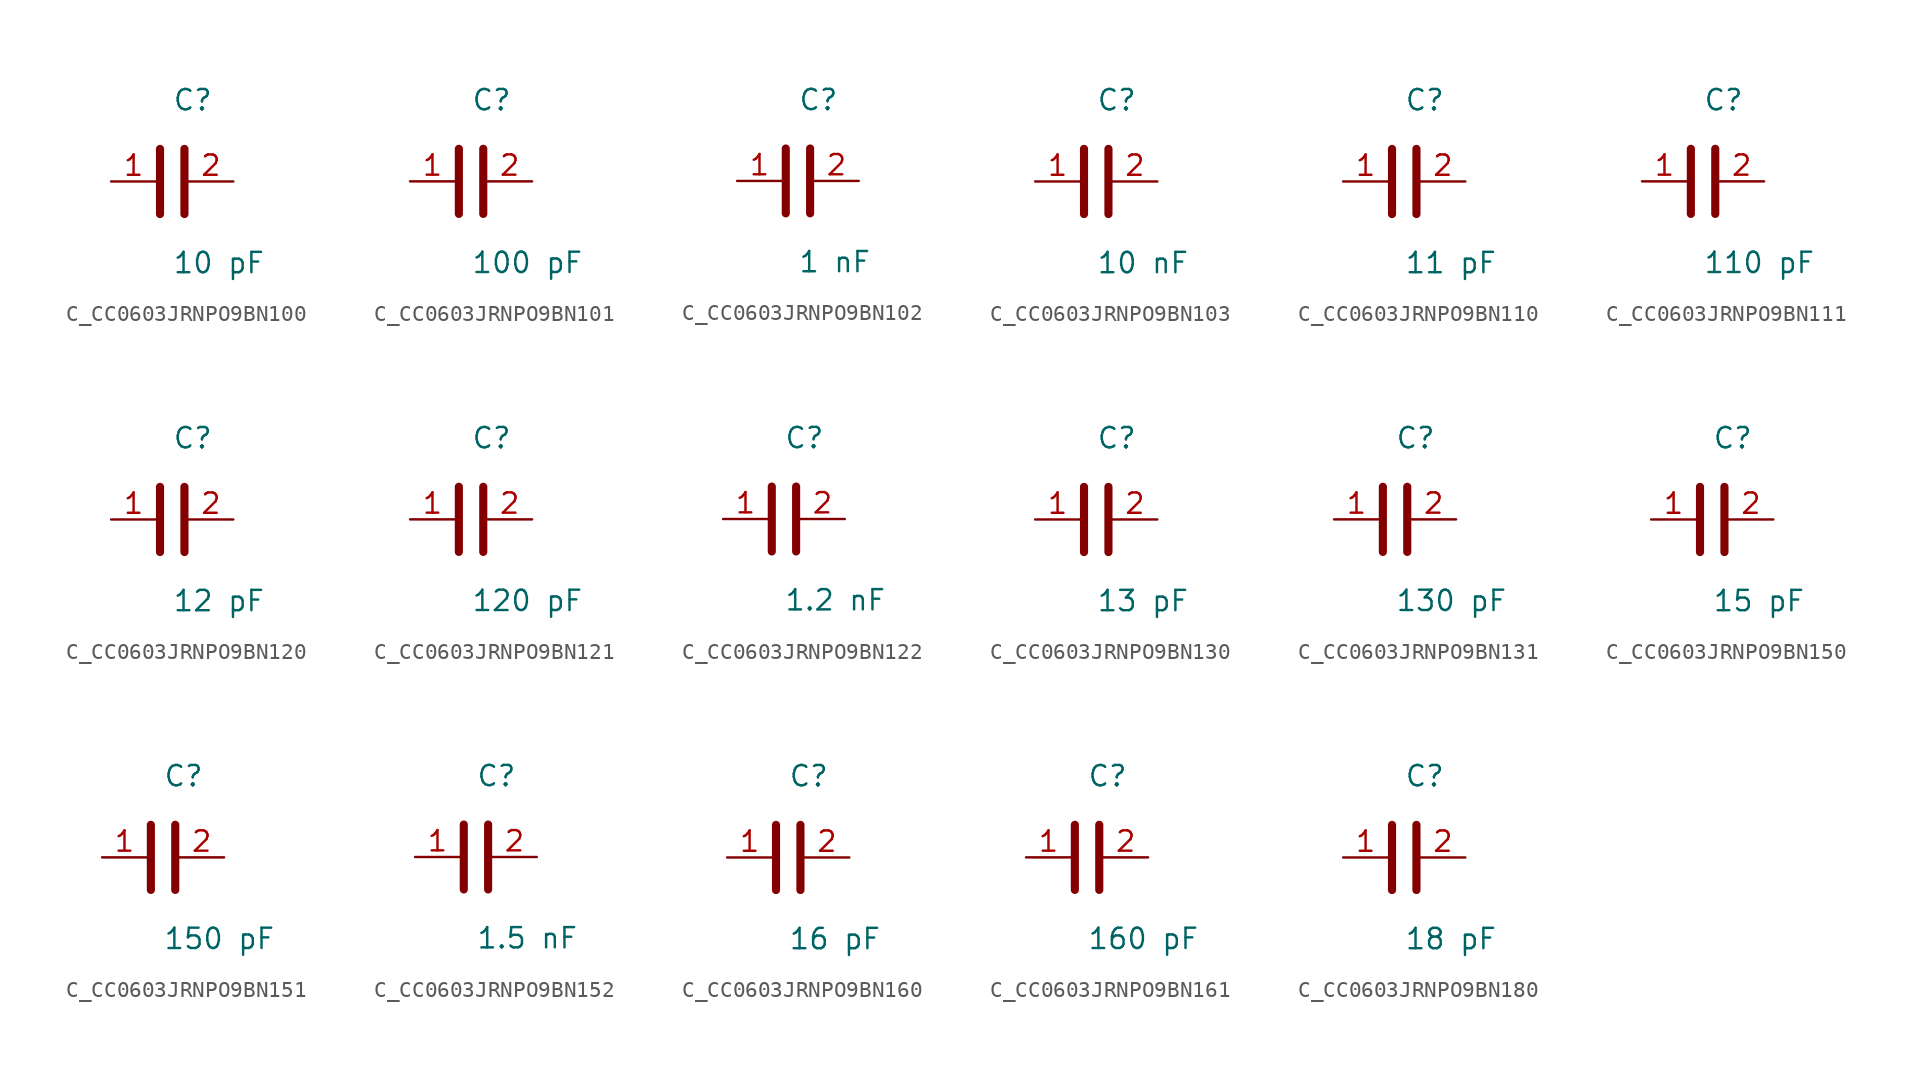
<source format=kicad_sym>
(kicad_symbol_lib
  (version 20231120)
  (generator kicad_symbol_editor)
  (generator_version 8.0)
  (symbol "C_CC0603JRNPO9BN100"
    (pin_names
      (offset 0.254))
    (property "Reference" "C"
      (at 0.0 5.08 0)
      (effects (font (size 1.27 1.27)) (justify left)))
    (property "Value" "10 pF"
      (at 0.0 -5.08 0)
      (effects (font (size 1.27 1.27)) (justify left)))
    (symbol "C_CC0603JRNPO9BN100_0_1"
      (polyline (pts (xy -0.762 -2.032) (xy -0.762 2.032)) (stroke (width 0.508) (type default)) (fill (type none)))
      (polyline (pts (xy 0.762 -2.032) (xy 0.762 2.032)) (stroke (width 0.508) (type default)) (fill (type none))))
    (pin unspecified line
      (at -3.81 0 0)
      (length 2.8)
      (name "" (effects (font (size 1.27 1.27))))
      (number "1" (effects (font (size 1.27 1.27)))))
    (pin unspecified line
      (at 3.81 0 180)
      (length 2.8)
      (name "" (effects (font (size 1.27 1.27))))
      (number "2" (effects (font (size 1.27 1.27))))))
  (symbol "C_CC0603JRNPO9BN101"
    (pin_names
      (offset 0.254))
    (property "Reference" "C"
      (at 0.0 5.08 0)
      (effects (font (size 1.27 1.27)) (justify left)))
    (property "Value" "100 pF"
      (at 0.0 -5.08 0)
      (effects (font (size 1.27 1.27)) (justify left)))
    (symbol "C_CC0603JRNPO9BN101_0_1"
      (polyline (pts (xy -0.762 -2.032) (xy -0.762 2.032)) (stroke (width 0.508) (type default)) (fill (type none)))
      (polyline (pts (xy 0.762 -2.032) (xy 0.762 2.032)) (stroke (width 0.508) (type default)) (fill (type none))))
    (pin unspecified line
      (at -3.81 0 0)
      (length 2.8)
      (name "" (effects (font (size 1.27 1.27))))
      (number "1" (effects (font (size 1.27 1.27)))))
    (pin unspecified line
      (at 3.81 0 180)
      (length 2.8)
      (name "" (effects (font (size 1.27 1.27))))
      (number "2" (effects (font (size 1.27 1.27))))))
  (symbol "C_CC0603JRNPO9BN102"
    (pin_names
      (offset 0.254))
    (property "Reference" "C"
      (at 0.0 5.08 0)
      (effects (font (size 1.27 1.27)) (justify left)))
    (property "Value" "1 nF"
      (at 0.0 -5.08 0)
      (effects (font (size 1.27 1.27)) (justify left)))
    (symbol "C_CC0603JRNPO9BN102_0_1"
      (polyline (pts (xy -0.762 -2.032) (xy -0.762 2.032)) (stroke (width 0.508) (type default)) (fill (type none)))
      (polyline (pts (xy 0.762 -2.032) (xy 0.762 2.032)) (stroke (width 0.508) (type default)) (fill (type none))))
    (pin unspecified line
      (at -3.81 0 0)
      (length 2.8)
      (name "" (effects (font (size 1.27 1.27))))
      (number "1" (effects (font (size 1.27 1.27)))))
    (pin unspecified line
      (at 3.81 0 180)
      (length 2.8)
      (name "" (effects (font (size 1.27 1.27))))
      (number "2" (effects (font (size 1.27 1.27))))))
  (symbol "C_CC0603JRNPO9BN103"
    (pin_names
      (offset 0.254))
    (property "Reference" "C"
      (at 0.0 5.08 0)
      (effects (font (size 1.27 1.27)) (justify left)))
    (property "Value" "10 nF"
      (at 0.0 -5.08 0)
      (effects (font (size 1.27 1.27)) (justify left)))
    (symbol "C_CC0603JRNPO9BN103_0_1"
      (polyline (pts (xy -0.762 -2.032) (xy -0.762 2.032)) (stroke (width 0.508) (type default)) (fill (type none)))
      (polyline (pts (xy 0.762 -2.032) (xy 0.762 2.032)) (stroke (width 0.508) (type default)) (fill (type none))))
    (pin unspecified line
      (at -3.81 0 0)
      (length 2.8)
      (name "" (effects (font (size 1.27 1.27))))
      (number "1" (effects (font (size 1.27 1.27)))))
    (pin unspecified line
      (at 3.81 0 180)
      (length 2.8)
      (name "" (effects (font (size 1.27 1.27))))
      (number "2" (effects (font (size 1.27 1.27))))))
  (symbol "C_CC0603JRNPO9BN110"
    (pin_names
      (offset 0.254))
    (property "Reference" "C"
      (at 0.0 5.08 0)
      (effects (font (size 1.27 1.27)) (justify left)))
    (property "Value" "11 pF"
      (at 0.0 -5.08 0)
      (effects (font (size 1.27 1.27)) (justify left)))
    (symbol "C_CC0603JRNPO9BN110_0_1"
      (polyline (pts (xy -0.762 -2.032) (xy -0.762 2.032)) (stroke (width 0.508) (type default)) (fill (type none)))
      (polyline (pts (xy 0.762 -2.032) (xy 0.762 2.032)) (stroke (width 0.508) (type default)) (fill (type none))))
    (pin unspecified line
      (at -3.81 0 0)
      (length 2.8)
      (name "" (effects (font (size 1.27 1.27))))
      (number "1" (effects (font (size 1.27 1.27)))))
    (pin unspecified line
      (at 3.81 0 180)
      (length 2.8)
      (name "" (effects (font (size 1.27 1.27))))
      (number "2" (effects (font (size 1.27 1.27))))))
  (symbol "C_CC0603JRNPO9BN111"
    (pin_names
      (offset 0.254))
    (property "Reference" "C"
      (at 0.0 5.08 0)
      (effects (font (size 1.27 1.27)) (justify left)))
    (property "Value" "110 pF"
      (at 0.0 -5.08 0)
      (effects (font (size 1.27 1.27)) (justify left)))
    (symbol "C_CC0603JRNPO9BN111_0_1"
      (polyline (pts (xy -0.762 -2.032) (xy -0.762 2.032)) (stroke (width 0.508) (type default)) (fill (type none)))
      (polyline (pts (xy 0.762 -2.032) (xy 0.762 2.032)) (stroke (width 0.508) (type default)) (fill (type none))))
    (pin unspecified line
      (at -3.81 0 0)
      (length 2.8)
      (name "" (effects (font (size 1.27 1.27))))
      (number "1" (effects (font (size 1.27 1.27)))))
    (pin unspecified line
      (at 3.81 0 180)
      (length 2.8)
      (name "" (effects (font (size 1.27 1.27))))
      (number "2" (effects (font (size 1.27 1.27))))))
  (symbol "C_CC0603JRNPO9BN120"
    (pin_names
      (offset 0.254))
    (property "Reference" "C"
      (at 0.0 5.08 0)
      (effects (font (size 1.27 1.27)) (justify left)))
    (property "Value" "12 pF"
      (at 0.0 -5.08 0)
      (effects (font (size 1.27 1.27)) (justify left)))
    (symbol "C_CC0603JRNPO9BN120_0_1"
      (polyline (pts (xy -0.762 -2.032) (xy -0.762 2.032)) (stroke (width 0.508) (type default)) (fill (type none)))
      (polyline (pts (xy 0.762 -2.032) (xy 0.762 2.032)) (stroke (width 0.508) (type default)) (fill (type none))))
    (pin unspecified line
      (at -3.81 0 0)
      (length 2.8)
      (name "" (effects (font (size 1.27 1.27))))
      (number "1" (effects (font (size 1.27 1.27)))))
    (pin unspecified line
      (at 3.81 0 180)
      (length 2.8)
      (name "" (effects (font (size 1.27 1.27))))
      (number "2" (effects (font (size 1.27 1.27))))))
  (symbol "C_CC0603JRNPO9BN121"
    (pin_names
      (offset 0.254))
    (property "Reference" "C"
      (at 0.0 5.08 0)
      (effects (font (size 1.27 1.27)) (justify left)))
    (property "Value" "120 pF"
      (at 0.0 -5.08 0)
      (effects (font (size 1.27 1.27)) (justify left)))
    (symbol "C_CC0603JRNPO9BN121_0_1"
      (polyline (pts (xy -0.762 -2.032) (xy -0.762 2.032)) (stroke (width 0.508) (type default)) (fill (type none)))
      (polyline (pts (xy 0.762 -2.032) (xy 0.762 2.032)) (stroke (width 0.508) (type default)) (fill (type none))))
    (pin unspecified line
      (at -3.81 0 0)
      (length 2.8)
      (name "" (effects (font (size 1.27 1.27))))
      (number "1" (effects (font (size 1.27 1.27)))))
    (pin unspecified line
      (at 3.81 0 180)
      (length 2.8)
      (name "" (effects (font (size 1.27 1.27))))
      (number "2" (effects (font (size 1.27 1.27))))))
  (symbol "C_CC0603JRNPO9BN122"
    (pin_names
      (offset 0.254))
    (property "Reference" "C"
      (at 0.0 5.08 0)
      (effects (font (size 1.27 1.27)) (justify left)))
    (property "Value" "1.2 nF"
      (at 0.0 -5.08 0)
      (effects (font (size 1.27 1.27)) (justify left)))
    (symbol "C_CC0603JRNPO9BN122_0_1"
      (polyline (pts (xy -0.762 -2.032) (xy -0.762 2.032)) (stroke (width 0.508) (type default)) (fill (type none)))
      (polyline (pts (xy 0.762 -2.032) (xy 0.762 2.032)) (stroke (width 0.508) (type default)) (fill (type none))))
    (pin unspecified line
      (at -3.81 0 0)
      (length 2.8)
      (name "" (effects (font (size 1.27 1.27))))
      (number "1" (effects (font (size 1.27 1.27)))))
    (pin unspecified line
      (at 3.81 0 180)
      (length 2.8)
      (name "" (effects (font (size 1.27 1.27))))
      (number "2" (effects (font (size 1.27 1.27))))))
  (symbol "C_CC0603JRNPO9BN130"
    (pin_names
      (offset 0.254))
    (property "Reference" "C"
      (at 0.0 5.08 0)
      (effects (font (size 1.27 1.27)) (justify left)))
    (property "Value" "13 pF"
      (at 0.0 -5.08 0)
      (effects (font (size 1.27 1.27)) (justify left)))
    (symbol "C_CC0603JRNPO9BN130_0_1"
      (polyline (pts (xy -0.762 -2.032) (xy -0.762 2.032)) (stroke (width 0.508) (type default)) (fill (type none)))
      (polyline (pts (xy 0.762 -2.032) (xy 0.762 2.032)) (stroke (width 0.508) (type default)) (fill (type none))))
    (pin unspecified line
      (at -3.81 0 0)
      (length 2.8)
      (name "" (effects (font (size 1.27 1.27))))
      (number "1" (effects (font (size 1.27 1.27)))))
    (pin unspecified line
      (at 3.81 0 180)
      (length 2.8)
      (name "" (effects (font (size 1.27 1.27))))
      (number "2" (effects (font (size 1.27 1.27))))))
  (symbol "C_CC0603JRNPO9BN131"
    (pin_names
      (offset 0.254))
    (property "Reference" "C"
      (at 0.0 5.08 0)
      (effects (font (size 1.27 1.27)) (justify left)))
    (property "Value" "130 pF"
      (at 0.0 -5.08 0)
      (effects (font (size 1.27 1.27)) (justify left)))
    (symbol "C_CC0603JRNPO9BN131_0_1"
      (polyline (pts (xy -0.762 -2.032) (xy -0.762 2.032)) (stroke (width 0.508) (type default)) (fill (type none)))
      (polyline (pts (xy 0.762 -2.032) (xy 0.762 2.032)) (stroke (width 0.508) (type default)) (fill (type none))))
    (pin unspecified line
      (at -3.81 0 0)
      (length 2.8)
      (name "" (effects (font (size 1.27 1.27))))
      (number "1" (effects (font (size 1.27 1.27)))))
    (pin unspecified line
      (at 3.81 0 180)
      (length 2.8)
      (name "" (effects (font (size 1.27 1.27))))
      (number "2" (effects (font (size 1.27 1.27))))))
  (symbol "C_CC0603JRNPO9BN150"
    (pin_names
      (offset 0.254))
    (property "Reference" "C"
      (at 0.0 5.08 0)
      (effects (font (size 1.27 1.27)) (justify left)))
    (property "Value" "15 pF"
      (at 0.0 -5.08 0)
      (effects (font (size 1.27 1.27)) (justify left)))
    (symbol "C_CC0603JRNPO9BN150_0_1"
      (polyline (pts (xy -0.762 -2.032) (xy -0.762 2.032)) (stroke (width 0.508) (type default)) (fill (type none)))
      (polyline (pts (xy 0.762 -2.032) (xy 0.762 2.032)) (stroke (width 0.508) (type default)) (fill (type none))))
    (pin unspecified line
      (at -3.81 0 0)
      (length 2.8)
      (name "" (effects (font (size 1.27 1.27))))
      (number "1" (effects (font (size 1.27 1.27)))))
    (pin unspecified line
      (at 3.81 0 180)
      (length 2.8)
      (name "" (effects (font (size 1.27 1.27))))
      (number "2" (effects (font (size 1.27 1.27))))))
  (symbol "C_CC0603JRNPO9BN151"
    (pin_names
      (offset 0.254))
    (property "Reference" "C"
      (at 0.0 5.08 0)
      (effects (font (size 1.27 1.27)) (justify left)))
    (property "Value" "150 pF"
      (at 0.0 -5.08 0)
      (effects (font (size 1.27 1.27)) (justify left)))
    (symbol "C_CC0603JRNPO9BN151_0_1"
      (polyline (pts (xy -0.762 -2.032) (xy -0.762 2.032)) (stroke (width 0.508) (type default)) (fill (type none)))
      (polyline (pts (xy 0.762 -2.032) (xy 0.762 2.032)) (stroke (width 0.508) (type default)) (fill (type none))))
    (pin unspecified line
      (at -3.81 0 0)
      (length 2.8)
      (name "" (effects (font (size 1.27 1.27))))
      (number "1" (effects (font (size 1.27 1.27)))))
    (pin unspecified line
      (at 3.81 0 180)
      (length 2.8)
      (name "" (effects (font (size 1.27 1.27))))
      (number "2" (effects (font (size 1.27 1.27))))))
  (symbol "C_CC0603JRNPO9BN152"
    (pin_names
      (offset 0.254))
    (property "Reference" "C"
      (at 0.0 5.08 0)
      (effects (font (size 1.27 1.27)) (justify left)))
    (property "Value" "1.5 nF"
      (at 0.0 -5.08 0)
      (effects (font (size 1.27 1.27)) (justify left)))
    (symbol "C_CC0603JRNPO9BN152_0_1"
      (polyline (pts (xy -0.762 -2.032) (xy -0.762 2.032)) (stroke (width 0.508) (type default)) (fill (type none)))
      (polyline (pts (xy 0.762 -2.032) (xy 0.762 2.032)) (stroke (width 0.508) (type default)) (fill (type none))))
    (pin unspecified line
      (at -3.81 0 0)
      (length 2.8)
      (name "" (effects (font (size 1.27 1.27))))
      (number "1" (effects (font (size 1.27 1.27)))))
    (pin unspecified line
      (at 3.81 0 180)
      (length 2.8)
      (name "" (effects (font (size 1.27 1.27))))
      (number "2" (effects (font (size 1.27 1.27))))))
  (symbol "C_CC0603JRNPO9BN160"
    (pin_names
      (offset 0.254))
    (property "Reference" "C"
      (at 0.0 5.08 0)
      (effects (font (size 1.27 1.27)) (justify left)))
    (property "Value" "16 pF"
      (at 0.0 -5.08 0)
      (effects (font (size 1.27 1.27)) (justify left)))
    (symbol "C_CC0603JRNPO9BN160_0_1"
      (polyline (pts (xy -0.762 -2.032) (xy -0.762 2.032)) (stroke (width 0.508) (type default)) (fill (type none)))
      (polyline (pts (xy 0.762 -2.032) (xy 0.762 2.032)) (stroke (width 0.508) (type default)) (fill (type none))))
    (pin unspecified line
      (at -3.81 0 0)
      (length 2.8)
      (name "" (effects (font (size 1.27 1.27))))
      (number "1" (effects (font (size 1.27 1.27)))))
    (pin unspecified line
      (at 3.81 0 180)
      (length 2.8)
      (name "" (effects (font (size 1.27 1.27))))
      (number "2" (effects (font (size 1.27 1.27))))))
  (symbol "C_CC0603JRNPO9BN161"
    (pin_names
      (offset 0.254))
    (property "Reference" "C"
      (at 0.0 5.08 0)
      (effects (font (size 1.27 1.27)) (justify left)))
    (property "Value" "160 pF"
      (at 0.0 -5.08 0)
      (effects (font (size 1.27 1.27)) (justify left)))
    (symbol "C_CC0603JRNPO9BN161_0_1"
      (polyline (pts (xy -0.762 -2.032) (xy -0.762 2.032)) (stroke (width 0.508) (type default)) (fill (type none)))
      (polyline (pts (xy 0.762 -2.032) (xy 0.762 2.032)) (stroke (width 0.508) (type default)) (fill (type none))))
    (pin unspecified line
      (at -3.81 0 0)
      (length 2.8)
      (name "" (effects (font (size 1.27 1.27))))
      (number "1" (effects (font (size 1.27 1.27)))))
    (pin unspecified line
      (at 3.81 0 180)
      (length 2.8)
      (name "" (effects (font (size 1.27 1.27))))
      (number "2" (effects (font (size 1.27 1.27))))))
  (symbol "C_CC0603JRNPO9BN180"
    (pin_names
      (offset 0.254))
    (property "Reference" "C"
      (at 0.0 5.08 0)
      (effects (font (size 1.27 1.27)) (justify left)))
    (property "Value" "18 pF"
      (at 0.0 -5.08 0)
      (effects (font (size 1.27 1.27)) (justify left)))
    (symbol "C_CC0603JRNPO9BN180_0_1"
      (polyline (pts (xy -0.762 -2.032) (xy -0.762 2.032)) (stroke (width 0.508) (type default)) (fill (type none)))
      (polyline (pts (xy 0.762 -2.032) (xy 0.762 2.032)) (stroke (width 0.508) (type default)) (fill (type none))))
    (pin unspecified line
      (at -3.81 0 0)
      (length 2.8)
      (name "" (effects (font (size 1.27 1.27))))
      (number "1" (effects (font (size 1.27 1.27)))))
    (pin unspecified line
      (at 3.81 0 180)
      (length 2.8)
      (name "" (effects (font (size 1.27 1.27))))
      (number "2" (effects (font (size 1.27 1.27)))))))
</source>
